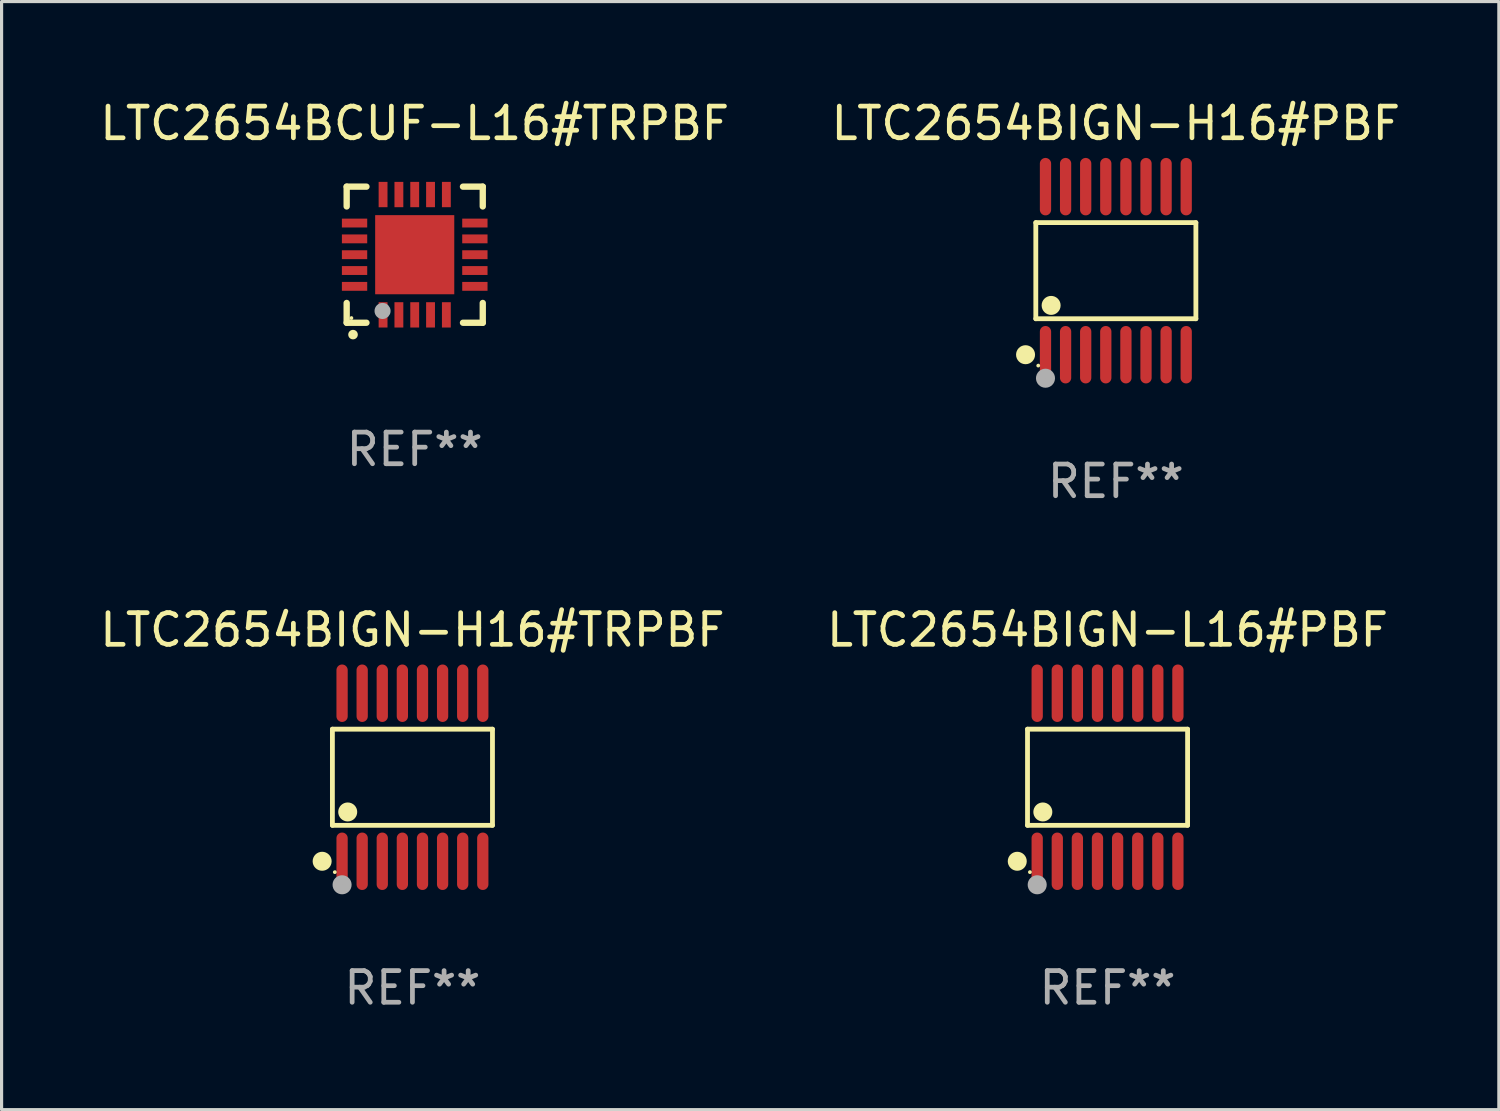
<source format=kicad_pcb>
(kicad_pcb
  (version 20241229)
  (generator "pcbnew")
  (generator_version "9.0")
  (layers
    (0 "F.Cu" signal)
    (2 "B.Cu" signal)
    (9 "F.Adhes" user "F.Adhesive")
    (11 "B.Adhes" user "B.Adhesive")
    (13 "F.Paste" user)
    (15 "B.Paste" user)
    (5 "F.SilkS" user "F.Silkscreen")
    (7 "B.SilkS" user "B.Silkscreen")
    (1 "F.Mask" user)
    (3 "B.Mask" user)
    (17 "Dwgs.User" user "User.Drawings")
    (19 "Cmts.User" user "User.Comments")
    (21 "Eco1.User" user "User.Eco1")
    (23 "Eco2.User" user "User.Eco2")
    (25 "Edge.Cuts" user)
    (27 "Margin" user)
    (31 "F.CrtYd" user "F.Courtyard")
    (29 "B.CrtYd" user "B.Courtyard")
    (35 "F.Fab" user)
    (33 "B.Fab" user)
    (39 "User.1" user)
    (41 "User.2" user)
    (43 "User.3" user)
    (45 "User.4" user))
  (footprint "LTC2654BIGN-H16#TRPBF"
    (layer "F.Cu")
    (at 9.982 21.509)
    (property "Reference" "LTC2654BIGN-H16#TRPBF" (at 0 -4.655 0) (layer "F.SilkS") (effects (font (size 1 1) (thickness 0.15))))
    (attr through_hole)
    (fp_line (start -2.529 -1.519) (end 2.529 -1.519) (stroke (width 0.152) (type solid)) (layer "F.SilkS"))
    (fp_line (start -2.529 1.519) (end -2.529 -1.519) (stroke (width 0.152) (type solid)) (layer "F.SilkS"))
    (fp_line (start 2.529 -1.519) (end 2.529 1.519) (stroke (width 0.152) (type solid)) (layer "F.SilkS"))
    (fp_line (start 2.529 1.519) (end -2.529 1.519) (stroke (width 0.152) (type solid)) (layer "F.SilkS"))
    (fp_circle (center -2.853 2.655) (end -2.703 2.655) (stroke (width 0.3) (type solid)) (fill no) (layer "F.SilkS"))
    (fp_circle (center -2.453 2.998) (end -2.423 2.998) (stroke (width 0.06) (type solid)) (fill no) (layer "F.SilkS"))
    (fp_circle (center -2.045 1.097) (end -1.895 1.097) (stroke (width 0.3) (type solid)) (fill no) (layer "F.SilkS"))
    (fp_circle (center -2.223 3.398) (end -2.072 3.398) (stroke (width 0.3) (type solid)) (fill no) (layer "F.Fab"))
    (fp_text user "REF**" (at 0 6.655 0) (layer "F.Fab") (effects (font (size 1 1) (thickness 0.15))))
    (pad "1" smd oval (at -2.223 2.655) (size 0.356 1.815) (layers "F.Cu" "F.Mask" "F.Paste"))
    (pad "2" smd oval (at -1.588 2.655) (size 0.356 1.815) (layers "F.Cu" "F.Mask" "F.Paste"))
    (pad "3" smd oval (at -0.953 2.655) (size 0.356 1.815) (layers "F.Cu" "F.Mask" "F.Paste"))
    (pad "4" smd oval (at -0.318 2.655) (size 0.356 1.815) (layers "F.Cu" "F.Mask" "F.Paste"))
    (pad "5" smd oval (at 0.318 2.655) (size 0.356 1.815) (layers "F.Cu" "F.Mask" "F.Paste"))
    (pad "6" smd oval (at 0.953 2.655) (size 0.356 1.815) (layers "F.Cu" "F.Mask" "F.Paste"))
    (pad "7" smd oval (at 1.588 2.655) (size 0.356 1.815) (layers "F.Cu" "F.Mask" "F.Paste"))
    (pad "8" smd oval (at 2.223 2.655) (size 0.356 1.815) (layers "F.Cu" "F.Mask" "F.Paste"))
    (pad "9" smd oval (at 2.223 -2.655) (size 0.356 1.815) (layers "F.Cu" "F.Mask" "F.Paste"))
    (pad "10" smd oval (at 1.588 -2.655) (size 0.356 1.815) (layers "F.Cu" "F.Mask" "F.Paste"))
    (pad "11" smd oval (at 0.953 -2.655) (size 0.356 1.815) (layers "F.Cu" "F.Mask" "F.Paste"))
    (pad "12" smd oval (at 0.318 -2.655) (size 0.356 1.815) (layers "F.Cu" "F.Mask" "F.Paste"))
    (pad "13" smd oval (at -0.318 -2.655) (size 0.356 1.815) (layers "F.Cu" "F.Mask" "F.Paste"))
    (pad "14" smd oval (at -0.953 -2.655) (size 0.356 1.815) (layers "F.Cu" "F.Mask" "F.Paste"))
    (pad "15" smd oval (at -1.588 -2.655) (size 0.356 1.815) (layers "F.Cu" "F.Mask" "F.Paste"))
    (pad "16" smd oval (at -2.223 -2.655) (size 0.356 1.815) (layers "F.Cu" "F.Mask" "F.Paste")))
  (footprint "LTC2654BIGN-L16#PBF"
    (layer "F.Cu")
    (at 31.946 21.509)
    (property "Reference" "LTC2654BIGN-L16#PBF" (at 0 -4.655 0) (layer "F.SilkS") (effects (font (size 1 1) (thickness 0.15))))
    (attr through_hole)
    (fp_line (start -2.529 -1.519) (end 2.529 -1.519) (stroke (width 0.152) (type solid)) (layer "F.SilkS"))
    (fp_line (start -2.529 1.519) (end -2.529 -1.519) (stroke (width 0.152) (type solid)) (layer "F.SilkS"))
    (fp_line (start 2.529 -1.519) (end 2.529 1.519) (stroke (width 0.152) (type solid)) (layer "F.SilkS"))
    (fp_line (start 2.529 1.519) (end -2.529 1.519) (stroke (width 0.152) (type solid)) (layer "F.SilkS"))
    (fp_circle (center -2.853 2.655) (end -2.703 2.655) (stroke (width 0.3) (type solid)) (fill no) (layer "F.SilkS"))
    (fp_circle (center -2.453 2.998) (end -2.423 2.998) (stroke (width 0.06) (type solid)) (fill no) (layer "F.SilkS"))
    (fp_circle (center -2.045 1.097) (end -1.895 1.097) (stroke (width 0.3) (type solid)) (fill no) (layer "F.SilkS"))
    (fp_circle (center -2.223 3.398) (end -2.072 3.398) (stroke (width 0.3) (type solid)) (fill no) (layer "F.Fab"))
    (fp_text user "REF**" (at 0 6.655 0) (layer "F.Fab") (effects (font (size 1 1) (thickness 0.15))))
    (pad "1" smd oval (at -2.223 2.655) (size 0.356 1.815) (layers "F.Cu" "F.Mask" "F.Paste"))
    (pad "2" smd oval (at -1.588 2.655) (size 0.356 1.815) (layers "F.Cu" "F.Mask" "F.Paste"))
    (pad "3" smd oval (at -0.953 2.655) (size 0.356 1.815) (layers "F.Cu" "F.Mask" "F.Paste"))
    (pad "4" smd oval (at -0.318 2.655) (size 0.356 1.815) (layers "F.Cu" "F.Mask" "F.Paste"))
    (pad "5" smd oval (at 0.318 2.655) (size 0.356 1.815) (layers "F.Cu" "F.Mask" "F.Paste"))
    (pad "6" smd oval (at 0.953 2.655) (size 0.356 1.815) (layers "F.Cu" "F.Mask" "F.Paste"))
    (pad "7" smd oval (at 1.588 2.655) (size 0.356 1.815) (layers "F.Cu" "F.Mask" "F.Paste"))
    (pad "8" smd oval (at 2.223 2.655) (size 0.356 1.815) (layers "F.Cu" "F.Mask" "F.Paste"))
    (pad "9" smd oval (at 2.223 -2.655) (size 0.356 1.815) (layers "F.Cu" "F.Mask" "F.Paste"))
    (pad "10" smd oval (at 1.588 -2.655) (size 0.356 1.815) (layers "F.Cu" "F.Mask" "F.Paste"))
    (pad "11" smd oval (at 0.953 -2.655) (size 0.356 1.815) (layers "F.Cu" "F.Mask" "F.Paste"))
    (pad "12" smd oval (at 0.318 -2.655) (size 0.356 1.815) (layers "F.Cu" "F.Mask" "F.Paste"))
    (pad "13" smd oval (at -0.318 -2.655) (size 0.356 1.815) (layers "F.Cu" "F.Mask" "F.Paste"))
    (pad "14" smd oval (at -0.953 -2.655) (size 0.356 1.815) (layers "F.Cu" "F.Mask" "F.Paste"))
    (pad "15" smd oval (at -1.588 -2.655) (size 0.356 1.815) (layers "F.Cu" "F.Mask" "F.Paste"))
    (pad "16" smd oval (at -2.223 -2.655) (size 0.356 1.815) (layers "F.Cu" "F.Mask" "F.Paste")))
  (footprint "LTC2654BCUF-L16#TRPBF"
    (layer "F.Cu")
    (at 10.054 4.998)
    (property "Reference" "LTC2654BCUF-L16#TRPBF" (at 0 -4.15 0) (layer "F.SilkS") (effects (font (size 1 1) (thickness 0.15))))
    (attr through_hole)
    (fp_line (start -2.15 -2.15) (end -2.15 -1.525) (stroke (width 0.2) (type solid)) (layer "F.SilkS"))
    (fp_line (start -2.15 2.15) (end -2.15 1.525) (stroke (width 0.2) (type solid)) (layer "F.SilkS"))
    (fp_line (start -1.525 -2.15) (end -2.15 -2.15) (stroke (width 0.2) (type solid)) (layer "F.SilkS"))
    (fp_line (start -1.525 2.15) (end -2.15 2.15) (stroke (width 0.2) (type solid)) (layer "F.SilkS"))
    (fp_line (start 1.525 2.15) (end 2.15 2.15) (stroke (width 0.2) (type solid)) (layer "F.SilkS"))
    (fp_line (start 2.15 -2.15) (end 1.525 -2.15) (stroke (width 0.2) (type solid)) (layer "F.SilkS"))
    (fp_line (start 2.15 -1.525) (end 2.15 -2.15) (stroke (width 0.2) (type solid)) (layer "F.SilkS"))
    (fp_line (start 2.15 2.15) (end 2.15 1.525) (stroke (width 0.2) (type solid)) (layer "F.SilkS"))
    (fp_arc (start -1.950724 2.524765) (mid -1.949454 2.52476) (end -1.948184 2.524765) (stroke (width 0.3) (type solid)) (layer "F.SilkS"))
    (fp_circle (center -2.001 2.001) (end -1.971 2.001) (stroke (width 0.06) (type solid)) (fill no) (layer "F.SilkS"))
    (fp_circle (center -1.016 1.778) (end -0.889 1.778) (stroke (width 0.254) (type solid)) (fill no) (layer "F.Fab"))
    (fp_text user "REF**" (at 0 6.15 0) (layer "F.Fab") (effects (font (size 1 1) (thickness 0.15))))
    (pad "1" smd rect (at -1 1.901) (size 0.28 0.8) (layers "F.Cu" "F.Mask" "F.Paste"))
    (pad "2" smd rect (at -0.5 1.901) (size 0.28 0.8) (layers "F.Cu" "F.Mask" "F.Paste"))
    (pad "3" smd rect (at 0 1.901) (size 0.28 0.8) (layers "F.Cu" "F.Mask" "F.Paste"))
    (pad "4" smd rect (at 0.5 1.901) (size 0.28 0.8) (layers "F.Cu" "F.Mask" "F.Paste"))
    (pad "5" smd rect (at 1 1.901) (size 0.28 0.8) (layers "F.Cu" "F.Mask" "F.Paste"))
    (pad "6" smd rect (at 1.901 1) (size 0.8 0.28) (layers "F.Cu" "F.Mask" "F.Paste"))
    (pad "7" smd rect (at 1.901 0.5) (size 0.8 0.28) (layers "F.Cu" "F.Mask" "F.Paste"))
    (pad "8" smd rect (at 1.901 0) (size 0.8 0.28) (layers "F.Cu" "F.Mask" "F.Paste"))
    (pad "9" smd rect (at 1.901 -0.5) (size 0.8 0.28) (layers "F.Cu" "F.Mask" "F.Paste"))
    (pad "10" smd rect (at 1.901 -1) (size 0.8 0.28) (layers "F.Cu" "F.Mask" "F.Paste"))
    (pad "11" smd rect (at 1 -1.901) (size 0.28 0.8) (layers "F.Cu" "F.Mask" "F.Paste"))
    (pad "12" smd rect (at 0.5 -1.901) (size 0.28 0.8) (layers "F.Cu" "F.Mask" "F.Paste"))
    (pad "13" smd rect (at 0 -1.901) (size 0.28 0.8) (layers "F.Cu" "F.Mask" "F.Paste"))
    (pad "14" smd rect (at -0.5 -1.901) (size 0.28 0.8) (layers "F.Cu" "F.Mask" "F.Paste"))
    (pad "15" smd rect (at -1 -1.901) (size 0.28 0.8) (layers "F.Cu" "F.Mask" "F.Paste"))
    (pad "16" smd rect (at -1.901 -1) (size 0.8 0.28) (layers "F.Cu" "F.Mask" "F.Paste"))
    (pad "17" smd rect (at -1.901 -0.5) (size 0.8 0.28) (layers "F.Cu" "F.Mask" "F.Paste"))
    (pad "18" smd rect (at -1.901 0) (size 0.8 0.28) (layers "F.Cu" "F.Mask" "F.Paste"))
    (pad "19" smd rect (at -1.901 0.5) (size 0.8 0.28) (layers "F.Cu" "F.Mask" "F.Paste"))
    (pad "20" smd rect (at -1.901 1) (size 0.8 0.28) (layers "F.Cu" "F.Mask" "F.Paste"))
    (pad "21" smd rect (at 0 0) (size 2.5 2.5) (layers "F.Cu" "F.Mask" "F.Paste")))
  (footprint "LTC2654BIGN-H16#PBF"
    (layer "F.Cu")
    (at 32.208 5.503)
    (property "Reference" "LTC2654BIGN-H16#PBF" (at 0 -4.655 0) (layer "F.SilkS") (effects (font (size 1 1) (thickness 0.15))))
    (attr through_hole)
    (fp_line (start -2.529 -1.519) (end 2.529 -1.519) (stroke (width 0.152) (type solid)) (layer "F.SilkS"))
    (fp_line (start -2.529 1.519) (end -2.529 -1.519) (stroke (width 0.152) (type solid)) (layer "F.SilkS"))
    (fp_line (start 2.529 -1.519) (end 2.529 1.519) (stroke (width 0.152) (type solid)) (layer "F.SilkS"))
    (fp_line (start 2.529 1.519) (end -2.529 1.519) (stroke (width 0.152) (type solid)) (layer "F.SilkS"))
    (fp_circle (center -2.853 2.655) (end -2.703 2.655) (stroke (width 0.3) (type solid)) (fill no) (layer "F.SilkS"))
    (fp_circle (center -2.453 2.998) (end -2.423 2.998) (stroke (width 0.06) (type solid)) (fill no) (layer "F.SilkS"))
    (fp_circle (center -2.045 1.097) (end -1.895 1.097) (stroke (width 0.3) (type solid)) (fill no) (layer "F.SilkS"))
    (fp_circle (center -2.223 3.398) (end -2.072 3.398) (stroke (width 0.3) (type solid)) (fill no) (layer "F.Fab"))
    (fp_text user "REF**" (at 0 6.655 0) (layer "F.Fab") (effects (font (size 1 1) (thickness 0.15))))
    (pad "1" smd oval (at -2.223 2.655) (size 0.356 1.815) (layers "F.Cu" "F.Mask" "F.Paste"))
    (pad "2" smd oval (at -1.588 2.655) (size 0.356 1.815) (layers "F.Cu" "F.Mask" "F.Paste"))
    (pad "3" smd oval (at -0.953 2.655) (size 0.356 1.815) (layers "F.Cu" "F.Mask" "F.Paste"))
    (pad "4" smd oval (at -0.318 2.655) (size 0.356 1.815) (layers "F.Cu" "F.Mask" "F.Paste"))
    (pad "5" smd oval (at 0.318 2.655) (size 0.356 1.815) (layers "F.Cu" "F.Mask" "F.Paste"))
    (pad "6" smd oval (at 0.953 2.655) (size 0.356 1.815) (layers "F.Cu" "F.Mask" "F.Paste"))
    (pad "7" smd oval (at 1.588 2.655) (size 0.356 1.815) (layers "F.Cu" "F.Mask" "F.Paste"))
    (pad "8" smd oval (at 2.223 2.655) (size 0.356 1.815) (layers "F.Cu" "F.Mask" "F.Paste"))
    (pad "9" smd oval (at 2.223 -2.655) (size 0.356 1.815) (layers "F.Cu" "F.Mask" "F.Paste"))
    (pad "10" smd oval (at 1.588 -2.655) (size 0.356 1.815) (layers "F.Cu" "F.Mask" "F.Paste"))
    (pad "11" smd oval (at 0.953 -2.655) (size 0.356 1.815) (layers "F.Cu" "F.Mask" "F.Paste"))
    (pad "12" smd oval (at 0.318 -2.655) (size 0.356 1.815) (layers "F.Cu" "F.Mask" "F.Paste"))
    (pad "13" smd oval (at -0.318 -2.655) (size 0.356 1.815) (layers "F.Cu" "F.Mask" "F.Paste"))
    (pad "14" smd oval (at -0.953 -2.655) (size 0.356 1.815) (layers "F.Cu" "F.Mask" "F.Paste"))
    (pad "15" smd oval (at -1.588 -2.655) (size 0.356 1.815) (layers "F.Cu" "F.Mask" "F.Paste"))
    (pad "16" smd oval (at -2.223 -2.655) (size 0.356 1.815) (layers "F.Cu" "F.Mask" "F.Paste")))
  (gr_rect
    (start -3 -3)
    (end 44.31 32.012)
    (stroke (width 0.1) (type default))
    (fill no)
    (layer "Edge.Cuts")))
</source>
